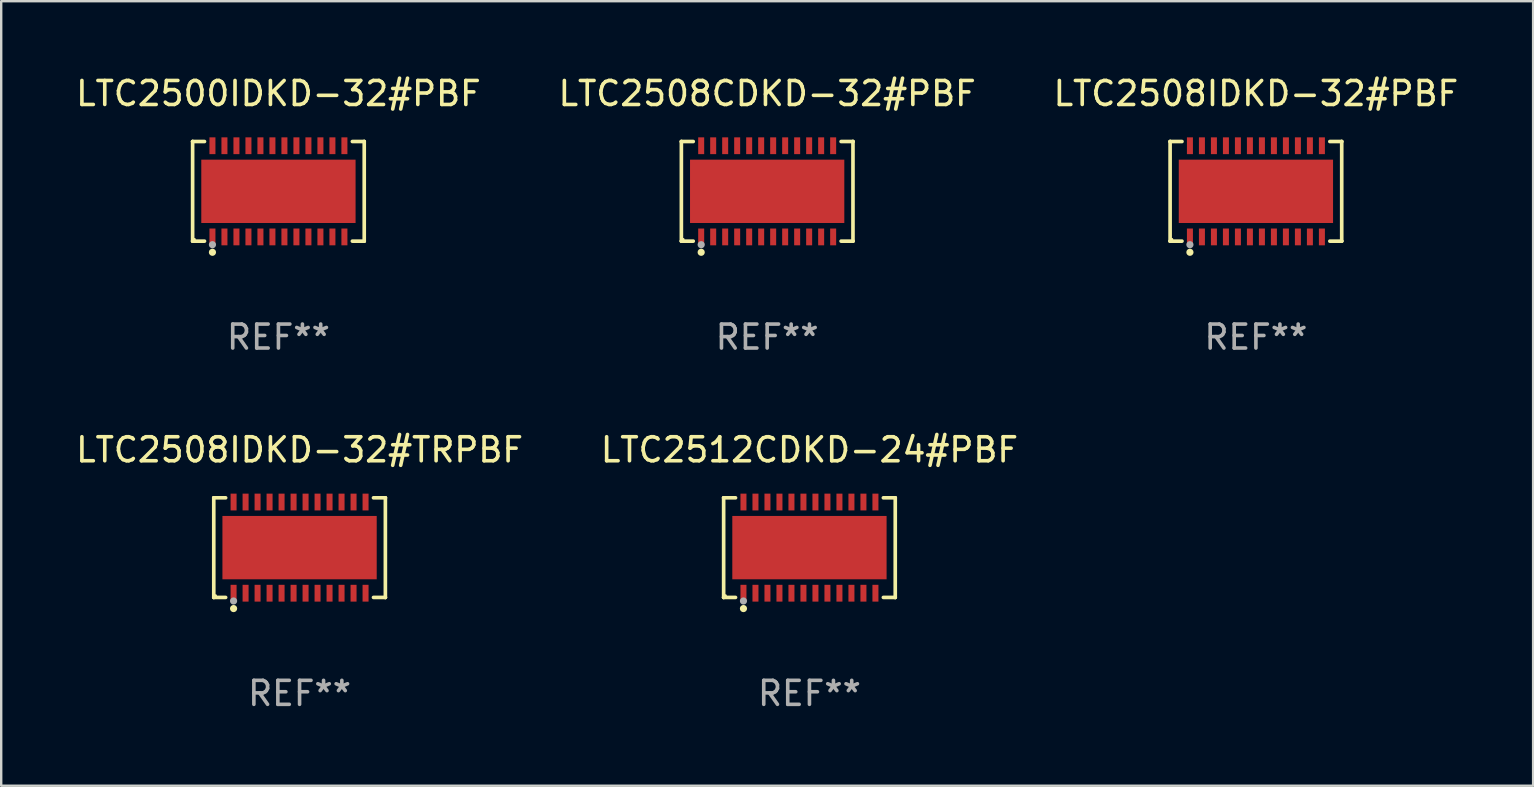
<source format=kicad_pcb>
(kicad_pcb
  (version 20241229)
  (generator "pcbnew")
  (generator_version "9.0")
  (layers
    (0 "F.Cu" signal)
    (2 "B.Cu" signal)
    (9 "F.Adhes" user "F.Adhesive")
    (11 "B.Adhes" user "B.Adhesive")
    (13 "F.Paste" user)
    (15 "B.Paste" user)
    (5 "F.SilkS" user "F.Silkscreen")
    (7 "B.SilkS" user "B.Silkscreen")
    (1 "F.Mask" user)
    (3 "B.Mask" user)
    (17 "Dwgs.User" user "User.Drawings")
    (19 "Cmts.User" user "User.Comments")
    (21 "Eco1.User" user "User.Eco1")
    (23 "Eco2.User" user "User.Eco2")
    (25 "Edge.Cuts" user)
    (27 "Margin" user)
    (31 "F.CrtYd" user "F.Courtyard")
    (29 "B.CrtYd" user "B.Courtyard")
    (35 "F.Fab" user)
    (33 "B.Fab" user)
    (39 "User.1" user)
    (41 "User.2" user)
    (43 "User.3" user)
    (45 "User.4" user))
  (footprint "LTC2508IDKD-32#PBF"
    (layer "F.Cu")
    (at 49.292 4.924)
    (property "Reference" "LTC2508IDKD-32#PBF" (at 0 -4.076 0) (layer "F.SilkS") (effects (font (size 1 1) (thickness 0.15))))
    (attr through_hole)
    (fp_line (start -3.576 -2.076) (end -3.576 -2.076) (stroke (width 0.152) (type solid)) (layer "F.SilkS"))
    (fp_line (start -3.576 -2.076) (end -3.081 -2.076) (stroke (width 0.152) (type solid)) (layer "F.SilkS"))
    (fp_line (start -3.576 2.076) (end -3.576 -2.076) (stroke (width 0.152) (type solid)) (layer "F.SilkS"))
    (fp_line (start -3.576 2.076) (end -3.576 2.076) (stroke (width 0.152) (type solid)) (layer "F.SilkS"))
    (fp_line (start -3.081 2.076) (end -3.576 2.076) (stroke (width 0.152) (type solid)) (layer "F.SilkS"))
    (fp_line (start 3.081 2.076) (end 3.576 2.076) (stroke (width 0.152) (type solid)) (layer "F.SilkS"))
    (fp_line (start 3.576 -2.076) (end 3.081 -2.076) (stroke (width 0.152) (type solid)) (layer "F.SilkS"))
    (fp_line (start 3.576 -2.076) (end 3.576 -2.076) (stroke (width 0.152) (type solid)) (layer "F.SilkS"))
    (fp_line (start 3.576 2.076) (end 3.576 -2.076) (stroke (width 0.152) (type solid)) (layer "F.SilkS"))
    (fp_line (start 3.576 2.076) (end 3.576 2.076) (stroke (width 0.152) (type solid)) (layer "F.SilkS"))
    (fp_circle (center -3.5 2) (end -3.47 2) (stroke (width 0.06) (type solid)) (fill no) (layer "F.SilkS"))
    (fp_circle (center -2.75 2.54) (end -2.675 2.54) (stroke (width 0.15) (type solid)) (fill no) (layer "F.SilkS"))
    (fp_circle (center -2.75 2.224) (end -2.675 2.224) (stroke (width 0.15) (type solid)) (fill no) (layer "F.Fab"))
    (fp_text user "REF**" (at 0 6.076 0) (layer "F.Fab") (effects (font (size 1 1) (thickness 0.15))))
    (pad "1" smd rect (at -2.75 1.9) (size 0.25 0.7) (layers "F.Cu" "F.Mask" "F.Paste"))
    (pad "2" smd rect (at -2.25 1.9) (size 0.25 0.7) (layers "F.Cu" "F.Mask" "F.Paste"))
    (pad "3" smd rect (at -1.75 1.9) (size 0.25 0.7) (layers "F.Cu" "F.Mask" "F.Paste"))
    (pad "4" smd rect (at -1.25 1.9) (size 0.25 0.7) (layers "F.Cu" "F.Mask" "F.Paste"))
    (pad "5" smd rect (at -0.75 1.9) (size 0.25 0.7) (layers "F.Cu" "F.Mask" "F.Paste"))
    (pad "6" smd rect (at -0.25 1.9) (size 0.25 0.7) (layers "F.Cu" "F.Mask" "F.Paste"))
    (pad "7" smd rect (at 0.25 1.9) (size 0.25 0.7) (layers "F.Cu" "F.Mask" "F.Paste"))
    (pad "8" smd rect (at 0.75 1.9) (size 0.25 0.7) (layers "F.Cu" "F.Mask" "F.Paste"))
    (pad "9" smd rect (at 1.25 1.9) (size 0.25 0.7) (layers "F.Cu" "F.Mask" "F.Paste"))
    (pad "10" smd rect (at 1.75 1.9) (size 0.25 0.7) (layers "F.Cu" "F.Mask" "F.Paste"))
    (pad "11" smd rect (at 2.25 1.9) (size 0.25 0.7) (layers "F.Cu" "F.Mask" "F.Paste"))
    (pad "12" smd rect (at 2.75 1.9) (size 0.25 0.7) (layers "F.Cu" "F.Mask" "F.Paste"))
    (pad "13" smd rect (at 2.75 -1.9) (size 0.25 0.7) (layers "F.Cu" "F.Mask" "F.Paste"))
    (pad "14" smd rect (at 2.25 -1.9) (size 0.25 0.7) (layers "F.Cu" "F.Mask" "F.Paste"))
    (pad "15" smd rect (at 1.75 -1.9) (size 0.25 0.7) (layers "F.Cu" "F.Mask" "F.Paste"))
    (pad "16" smd rect (at 1.25 -1.9) (size 0.25 0.7) (layers "F.Cu" "F.Mask" "F.Paste"))
    (pad "17" smd rect (at 0.75 -1.9) (size 0.25 0.7) (layers "F.Cu" "F.Mask" "F.Paste"))
    (pad "18" smd rect (at 0.25 -1.9) (size 0.25 0.7) (layers "F.Cu" "F.Mask" "F.Paste"))
    (pad "19" smd rect (at -0.25 -1.9) (size 0.25 0.7) (layers "F.Cu" "F.Mask" "F.Paste"))
    (pad "20" smd rect (at -0.75 -1.9) (size 0.25 0.7) (layers "F.Cu" "F.Mask" "F.Paste"))
    (pad "21" smd rect (at -1.25 -1.9) (size 0.25 0.7) (layers "F.Cu" "F.Mask" "F.Paste"))
    (pad "22" smd rect (at -1.75 -1.9) (size 0.25 0.7) (layers "F.Cu" "F.Mask" "F.Paste"))
    (pad "23" smd rect (at -2.25 -1.9) (size 0.25 0.7) (layers "F.Cu" "F.Mask" "F.Paste"))
    (pad "24" smd rect (at -2.75 -1.9) (size 0.25 0.7) (layers "F.Cu" "F.Mask" "F.Paste"))
    (pad "25" smd rect (at 0 0) (size 6.43 2.64) (layers "F.Cu" "F.Mask" "F.Paste")))
  (footprint "LTC2508IDKD-32#TRPBF"
    (layer "F.Cu")
    (at 9.435 19.773)
    (property "Reference" "LTC2508IDKD-32#TRPBF" (at 0 -4.076 0) (layer "F.SilkS") (effects (font (size 1 1) (thickness 0.15))))
    (attr through_hole)
    (fp_line (start -3.576 -2.076) (end -3.576 -2.076) (stroke (width 0.152) (type solid)) (layer "F.SilkS"))
    (fp_line (start -3.576 -2.076) (end -3.081 -2.076) (stroke (width 0.152) (type solid)) (layer "F.SilkS"))
    (fp_line (start -3.576 2.076) (end -3.576 -2.076) (stroke (width 0.152) (type solid)) (layer "F.SilkS"))
    (fp_line (start -3.576 2.076) (end -3.576 2.076) (stroke (width 0.152) (type solid)) (layer "F.SilkS"))
    (fp_line (start -3.081 2.076) (end -3.576 2.076) (stroke (width 0.152) (type solid)) (layer "F.SilkS"))
    (fp_line (start 3.081 2.076) (end 3.576 2.076) (stroke (width 0.152) (type solid)) (layer "F.SilkS"))
    (fp_line (start 3.576 -2.076) (end 3.081 -2.076) (stroke (width 0.152) (type solid)) (layer "F.SilkS"))
    (fp_line (start 3.576 -2.076) (end 3.576 -2.076) (stroke (width 0.152) (type solid)) (layer "F.SilkS"))
    (fp_line (start 3.576 2.076) (end 3.576 -2.076) (stroke (width 0.152) (type solid)) (layer "F.SilkS"))
    (fp_line (start 3.576 2.076) (end 3.576 2.076) (stroke (width 0.152) (type solid)) (layer "F.SilkS"))
    (fp_circle (center -3.5 2) (end -3.47 2) (stroke (width 0.06) (type solid)) (fill no) (layer "F.SilkS"))
    (fp_circle (center -2.75 2.54) (end -2.675 2.54) (stroke (width 0.15) (type solid)) (fill no) (layer "F.SilkS"))
    (fp_circle (center -2.75 2.224) (end -2.675 2.224) (stroke (width 0.15) (type solid)) (fill no) (layer "F.Fab"))
    (fp_text user "REF**" (at 0 6.076 0) (layer "F.Fab") (effects (font (size 1 1) (thickness 0.15))))
    (pad "1" smd rect (at -2.75 1.9) (size 0.25 0.7) (layers "F.Cu" "F.Mask" "F.Paste"))
    (pad "2" smd rect (at -2.25 1.9) (size 0.25 0.7) (layers "F.Cu" "F.Mask" "F.Paste"))
    (pad "3" smd rect (at -1.75 1.9) (size 0.25 0.7) (layers "F.Cu" "F.Mask" "F.Paste"))
    (pad "4" smd rect (at -1.25 1.9) (size 0.25 0.7) (layers "F.Cu" "F.Mask" "F.Paste"))
    (pad "5" smd rect (at -0.75 1.9) (size 0.25 0.7) (layers "F.Cu" "F.Mask" "F.Paste"))
    (pad "6" smd rect (at -0.25 1.9) (size 0.25 0.7) (layers "F.Cu" "F.Mask" "F.Paste"))
    (pad "7" smd rect (at 0.25 1.9) (size 0.25 0.7) (layers "F.Cu" "F.Mask" "F.Paste"))
    (pad "8" smd rect (at 0.75 1.9) (size 0.25 0.7) (layers "F.Cu" "F.Mask" "F.Paste"))
    (pad "9" smd rect (at 1.25 1.9) (size 0.25 0.7) (layers "F.Cu" "F.Mask" "F.Paste"))
    (pad "10" smd rect (at 1.75 1.9) (size 0.25 0.7) (layers "F.Cu" "F.Mask" "F.Paste"))
    (pad "11" smd rect (at 2.25 1.9) (size 0.25 0.7) (layers "F.Cu" "F.Mask" "F.Paste"))
    (pad "12" smd rect (at 2.75 1.9) (size 0.25 0.7) (layers "F.Cu" "F.Mask" "F.Paste"))
    (pad "13" smd rect (at 2.75 -1.9) (size 0.25 0.7) (layers "F.Cu" "F.Mask" "F.Paste"))
    (pad "14" smd rect (at 2.25 -1.9) (size 0.25 0.7) (layers "F.Cu" "F.Mask" "F.Paste"))
    (pad "15" smd rect (at 1.75 -1.9) (size 0.25 0.7) (layers "F.Cu" "F.Mask" "F.Paste"))
    (pad "16" smd rect (at 1.25 -1.9) (size 0.25 0.7) (layers "F.Cu" "F.Mask" "F.Paste"))
    (pad "17" smd rect (at 0.75 -1.9) (size 0.25 0.7) (layers "F.Cu" "F.Mask" "F.Paste"))
    (pad "18" smd rect (at 0.25 -1.9) (size 0.25 0.7) (layers "F.Cu" "F.Mask" "F.Paste"))
    (pad "19" smd rect (at -0.25 -1.9) (size 0.25 0.7) (layers "F.Cu" "F.Mask" "F.Paste"))
    (pad "20" smd rect (at -0.75 -1.9) (size 0.25 0.7) (layers "F.Cu" "F.Mask" "F.Paste"))
    (pad "21" smd rect (at -1.25 -1.9) (size 0.25 0.7) (layers "F.Cu" "F.Mask" "F.Paste"))
    (pad "22" smd rect (at -1.75 -1.9) (size 0.25 0.7) (layers "F.Cu" "F.Mask" "F.Paste"))
    (pad "23" smd rect (at -2.25 -1.9) (size 0.25 0.7) (layers "F.Cu" "F.Mask" "F.Paste"))
    (pad "24" smd rect (at -2.75 -1.9) (size 0.25 0.7) (layers "F.Cu" "F.Mask" "F.Paste"))
    (pad "25" smd rect (at 0 0) (size 6.43 2.64) (layers "F.Cu" "F.Mask" "F.Paste")))
  (footprint "LTC2512CDKD-24#PBF"
    (layer "F.Cu")
    (at 30.685 19.773)
    (property "Reference" "LTC2512CDKD-24#PBF" (at 0 -4.076 0) (layer "F.SilkS") (effects (font (size 1 1) (thickness 0.15))))
    (attr through_hole)
    (fp_line (start -3.576 -2.076) (end -3.576 -2.076) (stroke (width 0.152) (type solid)) (layer "F.SilkS"))
    (fp_line (start -3.576 -2.076) (end -3.081 -2.076) (stroke (width 0.152) (type solid)) (layer "F.SilkS"))
    (fp_line (start -3.576 2.076) (end -3.576 -2.076) (stroke (width 0.152) (type solid)) (layer "F.SilkS"))
    (fp_line (start -3.576 2.076) (end -3.576 2.076) (stroke (width 0.152) (type solid)) (layer "F.SilkS"))
    (fp_line (start -3.081 2.076) (end -3.576 2.076) (stroke (width 0.152) (type solid)) (layer "F.SilkS"))
    (fp_line (start 3.081 2.076) (end 3.576 2.076) (stroke (width 0.152) (type solid)) (layer "F.SilkS"))
    (fp_line (start 3.576 -2.076) (end 3.081 -2.076) (stroke (width 0.152) (type solid)) (layer "F.SilkS"))
    (fp_line (start 3.576 -2.076) (end 3.576 -2.076) (stroke (width 0.152) (type solid)) (layer "F.SilkS"))
    (fp_line (start 3.576 2.076) (end 3.576 -2.076) (stroke (width 0.152) (type solid)) (layer "F.SilkS"))
    (fp_line (start 3.576 2.076) (end 3.576 2.076) (stroke (width 0.152) (type solid)) (layer "F.SilkS"))
    (fp_circle (center -3.5 2) (end -3.47 2) (stroke (width 0.06) (type solid)) (fill no) (layer "F.SilkS"))
    (fp_circle (center -2.75 2.54) (end -2.675 2.54) (stroke (width 0.15) (type solid)) (fill no) (layer "F.SilkS"))
    (fp_circle (center -2.75 2.224) (end -2.675 2.224) (stroke (width 0.15) (type solid)) (fill no) (layer "F.Fab"))
    (fp_text user "REF**" (at 0 6.076 0) (layer "F.Fab") (effects (font (size 1 1) (thickness 0.15))))
    (pad "1" smd rect (at -2.75 1.9) (size 0.25 0.7) (layers "F.Cu" "F.Mask" "F.Paste"))
    (pad "2" smd rect (at -2.25 1.9) (size 0.25 0.7) (layers "F.Cu" "F.Mask" "F.Paste"))
    (pad "3" smd rect (at -1.75 1.9) (size 0.25 0.7) (layers "F.Cu" "F.Mask" "F.Paste"))
    (pad "4" smd rect (at -1.25 1.9) (size 0.25 0.7) (layers "F.Cu" "F.Mask" "F.Paste"))
    (pad "5" smd rect (at -0.75 1.9) (size 0.25 0.7) (layers "F.Cu" "F.Mask" "F.Paste"))
    (pad "6" smd rect (at -0.25 1.9) (size 0.25 0.7) (layers "F.Cu" "F.Mask" "F.Paste"))
    (pad "7" smd rect (at 0.25 1.9) (size 0.25 0.7) (layers "F.Cu" "F.Mask" "F.Paste"))
    (pad "8" smd rect (at 0.75 1.9) (size 0.25 0.7) (layers "F.Cu" "F.Mask" "F.Paste"))
    (pad "9" smd rect (at 1.25 1.9) (size 0.25 0.7) (layers "F.Cu" "F.Mask" "F.Paste"))
    (pad "10" smd rect (at 1.75 1.9) (size 0.25 0.7) (layers "F.Cu" "F.Mask" "F.Paste"))
    (pad "11" smd rect (at 2.25 1.9) (size 0.25 0.7) (layers "F.Cu" "F.Mask" "F.Paste"))
    (pad "12" smd rect (at 2.75 1.9) (size 0.25 0.7) (layers "F.Cu" "F.Mask" "F.Paste"))
    (pad "13" smd rect (at 2.75 -1.9) (size 0.25 0.7) (layers "F.Cu" "F.Mask" "F.Paste"))
    (pad "14" smd rect (at 2.25 -1.9) (size 0.25 0.7) (layers "F.Cu" "F.Mask" "F.Paste"))
    (pad "15" smd rect (at 1.75 -1.9) (size 0.25 0.7) (layers "F.Cu" "F.Mask" "F.Paste"))
    (pad "16" smd rect (at 1.25 -1.9) (size 0.25 0.7) (layers "F.Cu" "F.Mask" "F.Paste"))
    (pad "17" smd rect (at 0.75 -1.9) (size 0.25 0.7) (layers "F.Cu" "F.Mask" "F.Paste"))
    (pad "18" smd rect (at 0.25 -1.9) (size 0.25 0.7) (layers "F.Cu" "F.Mask" "F.Paste"))
    (pad "19" smd rect (at -0.25 -1.9) (size 0.25 0.7) (layers "F.Cu" "F.Mask" "F.Paste"))
    (pad "20" smd rect (at -0.75 -1.9) (size 0.25 0.7) (layers "F.Cu" "F.Mask" "F.Paste"))
    (pad "21" smd rect (at -1.25 -1.9) (size 0.25 0.7) (layers "F.Cu" "F.Mask" "F.Paste"))
    (pad "22" smd rect (at -1.75 -1.9) (size 0.25 0.7) (layers "F.Cu" "F.Mask" "F.Paste"))
    (pad "23" smd rect (at -2.25 -1.9) (size 0.25 0.7) (layers "F.Cu" "F.Mask" "F.Paste"))
    (pad "24" smd rect (at -2.75 -1.9) (size 0.25 0.7) (layers "F.Cu" "F.Mask" "F.Paste"))
    (pad "25" smd rect (at 0 0) (size 6.43 2.64) (layers "F.Cu" "F.Mask" "F.Paste")))
  (footprint "LTC2508CDKD-32#PBF"
    (layer "F.Cu")
    (at 28.923 4.924)
    (property "Reference" "LTC2508CDKD-32#PBF" (at 0 -4.076 0) (layer "F.SilkS") (effects (font (size 1 1) (thickness 0.15))))
    (attr through_hole)
    (fp_line (start -3.576 -2.076) (end -3.576 -2.076) (stroke (width 0.152) (type solid)) (layer "F.SilkS"))
    (fp_line (start -3.576 -2.076) (end -3.081 -2.076) (stroke (width 0.152) (type solid)) (layer "F.SilkS"))
    (fp_line (start -3.576 2.076) (end -3.576 -2.076) (stroke (width 0.152) (type solid)) (layer "F.SilkS"))
    (fp_line (start -3.576 2.076) (end -3.576 2.076) (stroke (width 0.152) (type solid)) (layer "F.SilkS"))
    (fp_line (start -3.081 2.076) (end -3.576 2.076) (stroke (width 0.152) (type solid)) (layer "F.SilkS"))
    (fp_line (start 3.081 2.076) (end 3.576 2.076) (stroke (width 0.152) (type solid)) (layer "F.SilkS"))
    (fp_line (start 3.576 -2.076) (end 3.081 -2.076) (stroke (width 0.152) (type solid)) (layer "F.SilkS"))
    (fp_line (start 3.576 -2.076) (end 3.576 -2.076) (stroke (width 0.152) (type solid)) (layer "F.SilkS"))
    (fp_line (start 3.576 2.076) (end 3.576 -2.076) (stroke (width 0.152) (type solid)) (layer "F.SilkS"))
    (fp_line (start 3.576 2.076) (end 3.576 2.076) (stroke (width 0.152) (type solid)) (layer "F.SilkS"))
    (fp_circle (center -3.5 2) (end -3.47 2) (stroke (width 0.06) (type solid)) (fill no) (layer "F.SilkS"))
    (fp_circle (center -2.75 2.54) (end -2.675 2.54) (stroke (width 0.15) (type solid)) (fill no) (layer "F.SilkS"))
    (fp_circle (center -2.75 2.224) (end -2.675 2.224) (stroke (width 0.15) (type solid)) (fill no) (layer "F.Fab"))
    (fp_text user "REF**" (at 0 6.076 0) (layer "F.Fab") (effects (font (size 1 1) (thickness 0.15))))
    (pad "1" smd rect (at -2.75 1.9) (size 0.25 0.7) (layers "F.Cu" "F.Mask" "F.Paste"))
    (pad "2" smd rect (at -2.25 1.9) (size 0.25 0.7) (layers "F.Cu" "F.Mask" "F.Paste"))
    (pad "3" smd rect (at -1.75 1.9) (size 0.25 0.7) (layers "F.Cu" "F.Mask" "F.Paste"))
    (pad "4" smd rect (at -1.25 1.9) (size 0.25 0.7) (layers "F.Cu" "F.Mask" "F.Paste"))
    (pad "5" smd rect (at -0.75 1.9) (size 0.25 0.7) (layers "F.Cu" "F.Mask" "F.Paste"))
    (pad "6" smd rect (at -0.25 1.9) (size 0.25 0.7) (layers "F.Cu" "F.Mask" "F.Paste"))
    (pad "7" smd rect (at 0.25 1.9) (size 0.25 0.7) (layers "F.Cu" "F.Mask" "F.Paste"))
    (pad "8" smd rect (at 0.75 1.9) (size 0.25 0.7) (layers "F.Cu" "F.Mask" "F.Paste"))
    (pad "9" smd rect (at 1.25 1.9) (size 0.25 0.7) (layers "F.Cu" "F.Mask" "F.Paste"))
    (pad "10" smd rect (at 1.75 1.9) (size 0.25 0.7) (layers "F.Cu" "F.Mask" "F.Paste"))
    (pad "11" smd rect (at 2.25 1.9) (size 0.25 0.7) (layers "F.Cu" "F.Mask" "F.Paste"))
    (pad "12" smd rect (at 2.75 1.9) (size 0.25 0.7) (layers "F.Cu" "F.Mask" "F.Paste"))
    (pad "13" smd rect (at 2.75 -1.9) (size 0.25 0.7) (layers "F.Cu" "F.Mask" "F.Paste"))
    (pad "14" smd rect (at 2.25 -1.9) (size 0.25 0.7) (layers "F.Cu" "F.Mask" "F.Paste"))
    (pad "15" smd rect (at 1.75 -1.9) (size 0.25 0.7) (layers "F.Cu" "F.Mask" "F.Paste"))
    (pad "16" smd rect (at 1.25 -1.9) (size 0.25 0.7) (layers "F.Cu" "F.Mask" "F.Paste"))
    (pad "17" smd rect (at 0.75 -1.9) (size 0.25 0.7) (layers "F.Cu" "F.Mask" "F.Paste"))
    (pad "18" smd rect (at 0.25 -1.9) (size 0.25 0.7) (layers "F.Cu" "F.Mask" "F.Paste"))
    (pad "19" smd rect (at -0.25 -1.9) (size 0.25 0.7) (layers "F.Cu" "F.Mask" "F.Paste"))
    (pad "20" smd rect (at -0.75 -1.9) (size 0.25 0.7) (layers "F.Cu" "F.Mask" "F.Paste"))
    (pad "21" smd rect (at -1.25 -1.9) (size 0.25 0.7) (layers "F.Cu" "F.Mask" "F.Paste"))
    (pad "22" smd rect (at -1.75 -1.9) (size 0.25 0.7) (layers "F.Cu" "F.Mask" "F.Paste"))
    (pad "23" smd rect (at -2.25 -1.9) (size 0.25 0.7) (layers "F.Cu" "F.Mask" "F.Paste"))
    (pad "24" smd rect (at -2.75 -1.9) (size 0.25 0.7) (layers "F.Cu" "F.Mask" "F.Paste"))
    (pad "25" smd rect (at 0 0) (size 6.43 2.64) (layers "F.Cu" "F.Mask" "F.Paste")))
  (footprint "LTC2500IDKD-32#PBF"
    (layer "F.Cu")
    (at 8.554 4.924)
    (property "Reference" "LTC2500IDKD-32#PBF" (at 0 -4.076 0) (layer "F.SilkS") (effects (font (size 1 1) (thickness 0.15))))
    (attr through_hole)
    (fp_line (start -3.576 -2.076) (end -3.576 -2.076) (stroke (width 0.152) (type solid)) (layer "F.SilkS"))
    (fp_line (start -3.576 -2.076) (end -3.081 -2.076) (stroke (width 0.152) (type solid)) (layer "F.SilkS"))
    (fp_line (start -3.576 2.076) (end -3.576 -2.076) (stroke (width 0.152) (type solid)) (layer "F.SilkS"))
    (fp_line (start -3.576 2.076) (end -3.576 2.076) (stroke (width 0.152) (type solid)) (layer "F.SilkS"))
    (fp_line (start -3.081 2.076) (end -3.576 2.076) (stroke (width 0.152) (type solid)) (layer "F.SilkS"))
    (fp_line (start 3.081 2.076) (end 3.576 2.076) (stroke (width 0.152) (type solid)) (layer "F.SilkS"))
    (fp_line (start 3.576 -2.076) (end 3.081 -2.076) (stroke (width 0.152) (type solid)) (layer "F.SilkS"))
    (fp_line (start 3.576 -2.076) (end 3.576 -2.076) (stroke (width 0.152) (type solid)) (layer "F.SilkS"))
    (fp_line (start 3.576 2.076) (end 3.576 -2.076) (stroke (width 0.152) (type solid)) (layer "F.SilkS"))
    (fp_line (start 3.576 2.076) (end 3.576 2.076) (stroke (width 0.152) (type solid)) (layer "F.SilkS"))
    (fp_circle (center -3.5 2) (end -3.47 2) (stroke (width 0.06) (type solid)) (fill no) (layer "F.SilkS"))
    (fp_circle (center -2.75 2.54) (end -2.675 2.54) (stroke (width 0.15) (type solid)) (fill no) (layer "F.SilkS"))
    (fp_circle (center -2.75 2.224) (end -2.675 2.224) (stroke (width 0.15) (type solid)) (fill no) (layer "F.Fab"))
    (fp_text user "REF**" (at 0 6.076 0) (layer "F.Fab") (effects (font (size 1 1) (thickness 0.15))))
    (pad "1" smd rect (at -2.75 1.9) (size 0.25 0.7) (layers "F.Cu" "F.Mask" "F.Paste"))
    (pad "2" smd rect (at -2.25 1.9) (size 0.25 0.7) (layers "F.Cu" "F.Mask" "F.Paste"))
    (pad "3" smd rect (at -1.75 1.9) (size 0.25 0.7) (layers "F.Cu" "F.Mask" "F.Paste"))
    (pad "4" smd rect (at -1.25 1.9) (size 0.25 0.7) (layers "F.Cu" "F.Mask" "F.Paste"))
    (pad "5" smd rect (at -0.75 1.9) (size 0.25 0.7) (layers "F.Cu" "F.Mask" "F.Paste"))
    (pad "6" smd rect (at -0.25 1.9) (size 0.25 0.7) (layers "F.Cu" "F.Mask" "F.Paste"))
    (pad "7" smd rect (at 0.25 1.9) (size 0.25 0.7) (layers "F.Cu" "F.Mask" "F.Paste"))
    (pad "8" smd rect (at 0.75 1.9) (size 0.25 0.7) (layers "F.Cu" "F.Mask" "F.Paste"))
    (pad "9" smd rect (at 1.25 1.9) (size 0.25 0.7) (layers "F.Cu" "F.Mask" "F.Paste"))
    (pad "10" smd rect (at 1.75 1.9) (size 0.25 0.7) (layers "F.Cu" "F.Mask" "F.Paste"))
    (pad "11" smd rect (at 2.25 1.9) (size 0.25 0.7) (layers "F.Cu" "F.Mask" "F.Paste"))
    (pad "12" smd rect (at 2.75 1.9) (size 0.25 0.7) (layers "F.Cu" "F.Mask" "F.Paste"))
    (pad "13" smd rect (at 2.75 -1.9) (size 0.25 0.7) (layers "F.Cu" "F.Mask" "F.Paste"))
    (pad "14" smd rect (at 2.25 -1.9) (size 0.25 0.7) (layers "F.Cu" "F.Mask" "F.Paste"))
    (pad "15" smd rect (at 1.75 -1.9) (size 0.25 0.7) (layers "F.Cu" "F.Mask" "F.Paste"))
    (pad "16" smd rect (at 1.25 -1.9) (size 0.25 0.7) (layers "F.Cu" "F.Mask" "F.Paste"))
    (pad "17" smd rect (at 0.75 -1.9) (size 0.25 0.7) (layers "F.Cu" "F.Mask" "F.Paste"))
    (pad "18" smd rect (at 0.25 -1.9) (size 0.25 0.7) (layers "F.Cu" "F.Mask" "F.Paste"))
    (pad "19" smd rect (at -0.25 -1.9) (size 0.25 0.7) (layers "F.Cu" "F.Mask" "F.Paste"))
    (pad "20" smd rect (at -0.75 -1.9) (size 0.25 0.7) (layers "F.Cu" "F.Mask" "F.Paste"))
    (pad "21" smd rect (at -1.25 -1.9) (size 0.25 0.7) (layers "F.Cu" "F.Mask" "F.Paste"))
    (pad "22" smd rect (at -1.75 -1.9) (size 0.25 0.7) (layers "F.Cu" "F.Mask" "F.Paste"))
    (pad "23" smd rect (at -2.25 -1.9) (size 0.25 0.7) (layers "F.Cu" "F.Mask" "F.Paste"))
    (pad "24" smd rect (at -2.75 -1.9) (size 0.25 0.7) (layers "F.Cu" "F.Mask" "F.Paste"))
    (pad "25" smd rect (at 0 0) (size 6.43 2.64) (layers "F.Cu" "F.Mask" "F.Paste")))
  (gr_rect
    (start -3 -3)
    (end 60.845 29.698)
    (stroke (width 0.1) (type default))
    (fill no)
    (layer "Edge.Cuts")))
</source>
